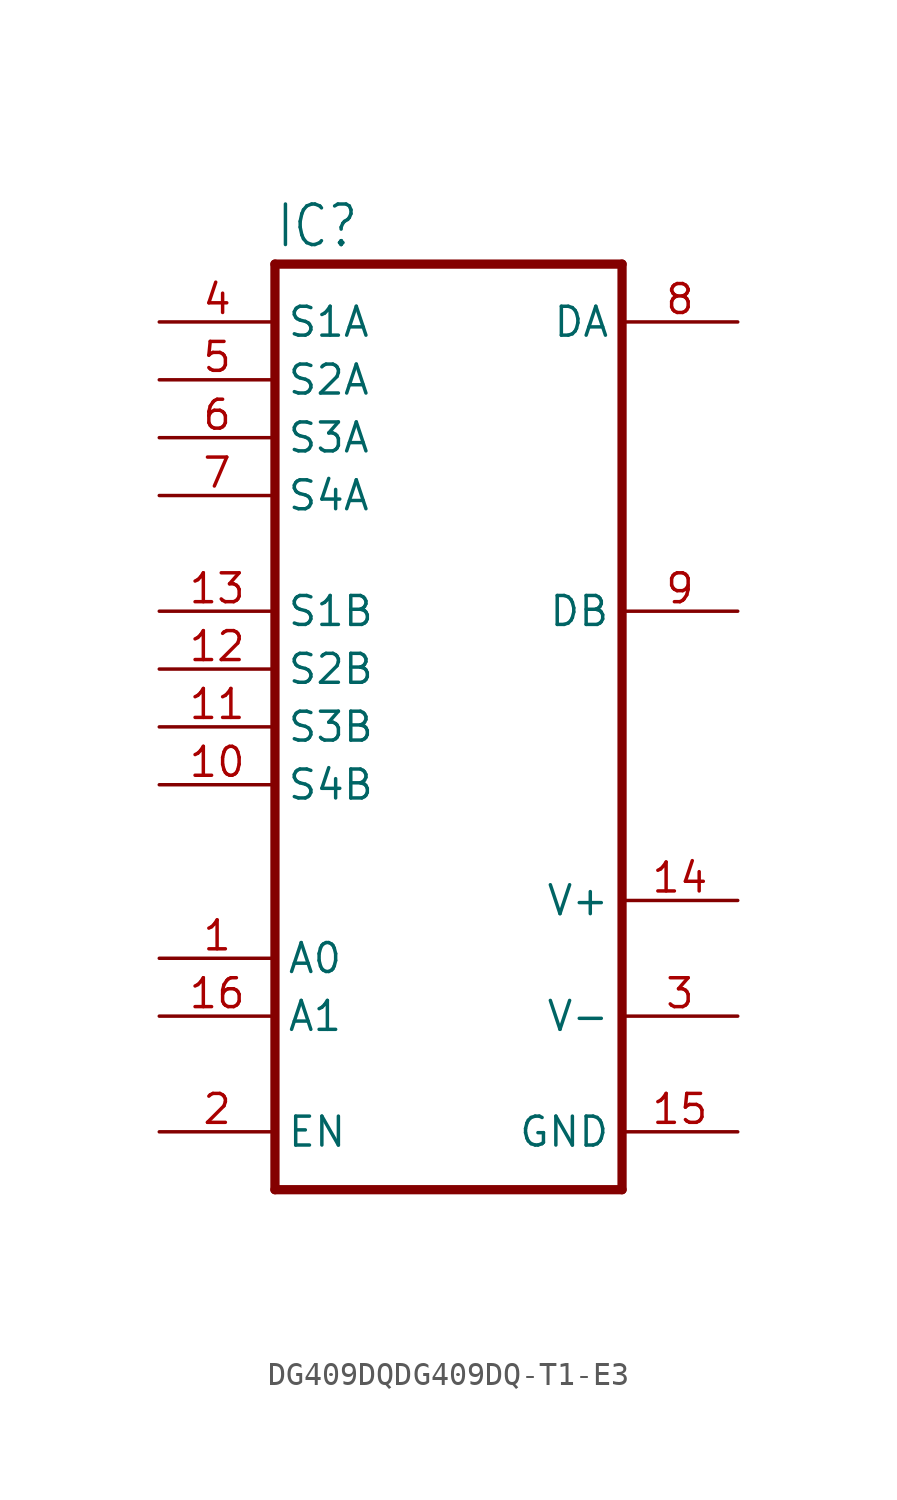
<source format=kicad_sym>
(kicad_symbol_lib
  (version 20231120)
  (generator "kicad_symbol_editor")
  (generator_version "8.0")
  (symbol "DG409DQDG409DQ-T1-E3"
    (property "Reference" "IC"
      (at -7.62 20.955 0)
      (effects (font (size 1.778 1.511)) (justify left bottom)))
    (property "Value" ""
      (at -7.62 -22.86 0)
      (effects (font (size 1.778 1.511)) (justify left bottom)))
    (property "ki_locked" ""
      (at 0 0 0)
      (effects (font (size 1.27 1.27))))
    (symbol "DG409DQDG409DQ-T1-E3_1_0"
      (polyline (pts (xy -7.62 20.32) (xy -7.62 -20.32)) (stroke (width 0.406) (type solid)) (fill (type none)))
      (polyline (pts (xy -7.62 20.32) (xy 7.62 20.32)) (stroke (width 0.406) (type solid)) (fill (type none)))
      (polyline (pts (xy 7.62 -20.32) (xy -7.62 -20.32)) (stroke (width 0.406) (type solid)) (fill (type none)))
      (polyline (pts (xy 7.62 -20.32) (xy 7.62 20.32)) (stroke (width 0.406) (type solid)) (fill (type none)))
      (pin input line (at -12.7 -10.16 0) (length 5.08) (name "A0" (effects (font (size 1.27 1.27)))) (number "1" (effects (font (size 1.27 1.27)))))
      (pin passive line (at -12.7 -2.54 0) (length 5.08) (name "S4B" (effects (font (size 1.27 1.27)))) (number "10" (effects (font (size 1.27 1.27)))))
      (pin passive line (at -12.7 0 0) (length 5.08) (name "S3B" (effects (font (size 1.27 1.27)))) (number "11" (effects (font (size 1.27 1.27)))))
      (pin passive line (at -12.7 2.54 0) (length 5.08) (name "S2B" (effects (font (size 1.27 1.27)))) (number "12" (effects (font (size 1.27 1.27)))))
      (pin passive line (at -12.7 5.08 0) (length 5.08) (name "S1B" (effects (font (size 1.27 1.27)))) (number "13" (effects (font (size 1.27 1.27)))))
      (pin power_in line (at 12.7 -7.62 180) (length 5.08) (name "V+" (effects (font (size 1.27 1.27)))) (number "14" (effects (font (size 1.27 1.27)))))
      (pin power_in line (at 12.7 -17.78 180) (length 5.08) (name "GND" (effects (font (size 1.27 1.27)))) (number "15" (effects (font (size 1.27 1.27)))))
      (pin input line (at -12.7 -12.7 0) (length 5.08) (name "A1" (effects (font (size 1.27 1.27)))) (number "16" (effects (font (size 1.27 1.27)))))
      (pin input line (at -12.7 -17.78 0) (length 5.08) (name "EN" (effects (font (size 1.27 1.27)))) (number "2" (effects (font (size 1.27 1.27)))))
      (pin power_in line (at 12.7 -12.7 180) (length 5.08) (name "V-" (effects (font (size 1.27 1.27)))) (number "3" (effects (font (size 1.27 1.27)))))
      (pin passive line (at -12.7 17.78 0) (length 5.08) (name "S1A" (effects (font (size 1.27 1.27)))) (number "4" (effects (font (size 1.27 1.27)))))
      (pin passive line (at -12.7 15.24 0) (length 5.08) (name "S2A" (effects (font (size 1.27 1.27)))) (number "5" (effects (font (size 1.27 1.27)))))
      (pin passive line (at -12.7 12.7 0) (length 5.08) (name "S3A" (effects (font (size 1.27 1.27)))) (number "6" (effects (font (size 1.27 1.27)))))
      (pin passive line (at -12.7 10.16 0) (length 5.08) (name "S4A" (effects (font (size 1.27 1.27)))) (number "7" (effects (font (size 1.27 1.27)))))
      (pin passive line (at 12.7 17.78 180) (length 5.08) (name "DA" (effects (font (size 1.27 1.27)))) (number "8" (effects (font (size 1.27 1.27)))))
      (pin passive line (at 12.7 5.08 180) (length 5.08) (name "DB" (effects (font (size 1.27 1.27)))) (number "9" (effects (font (size 1.27 1.27))))))))
</source>
